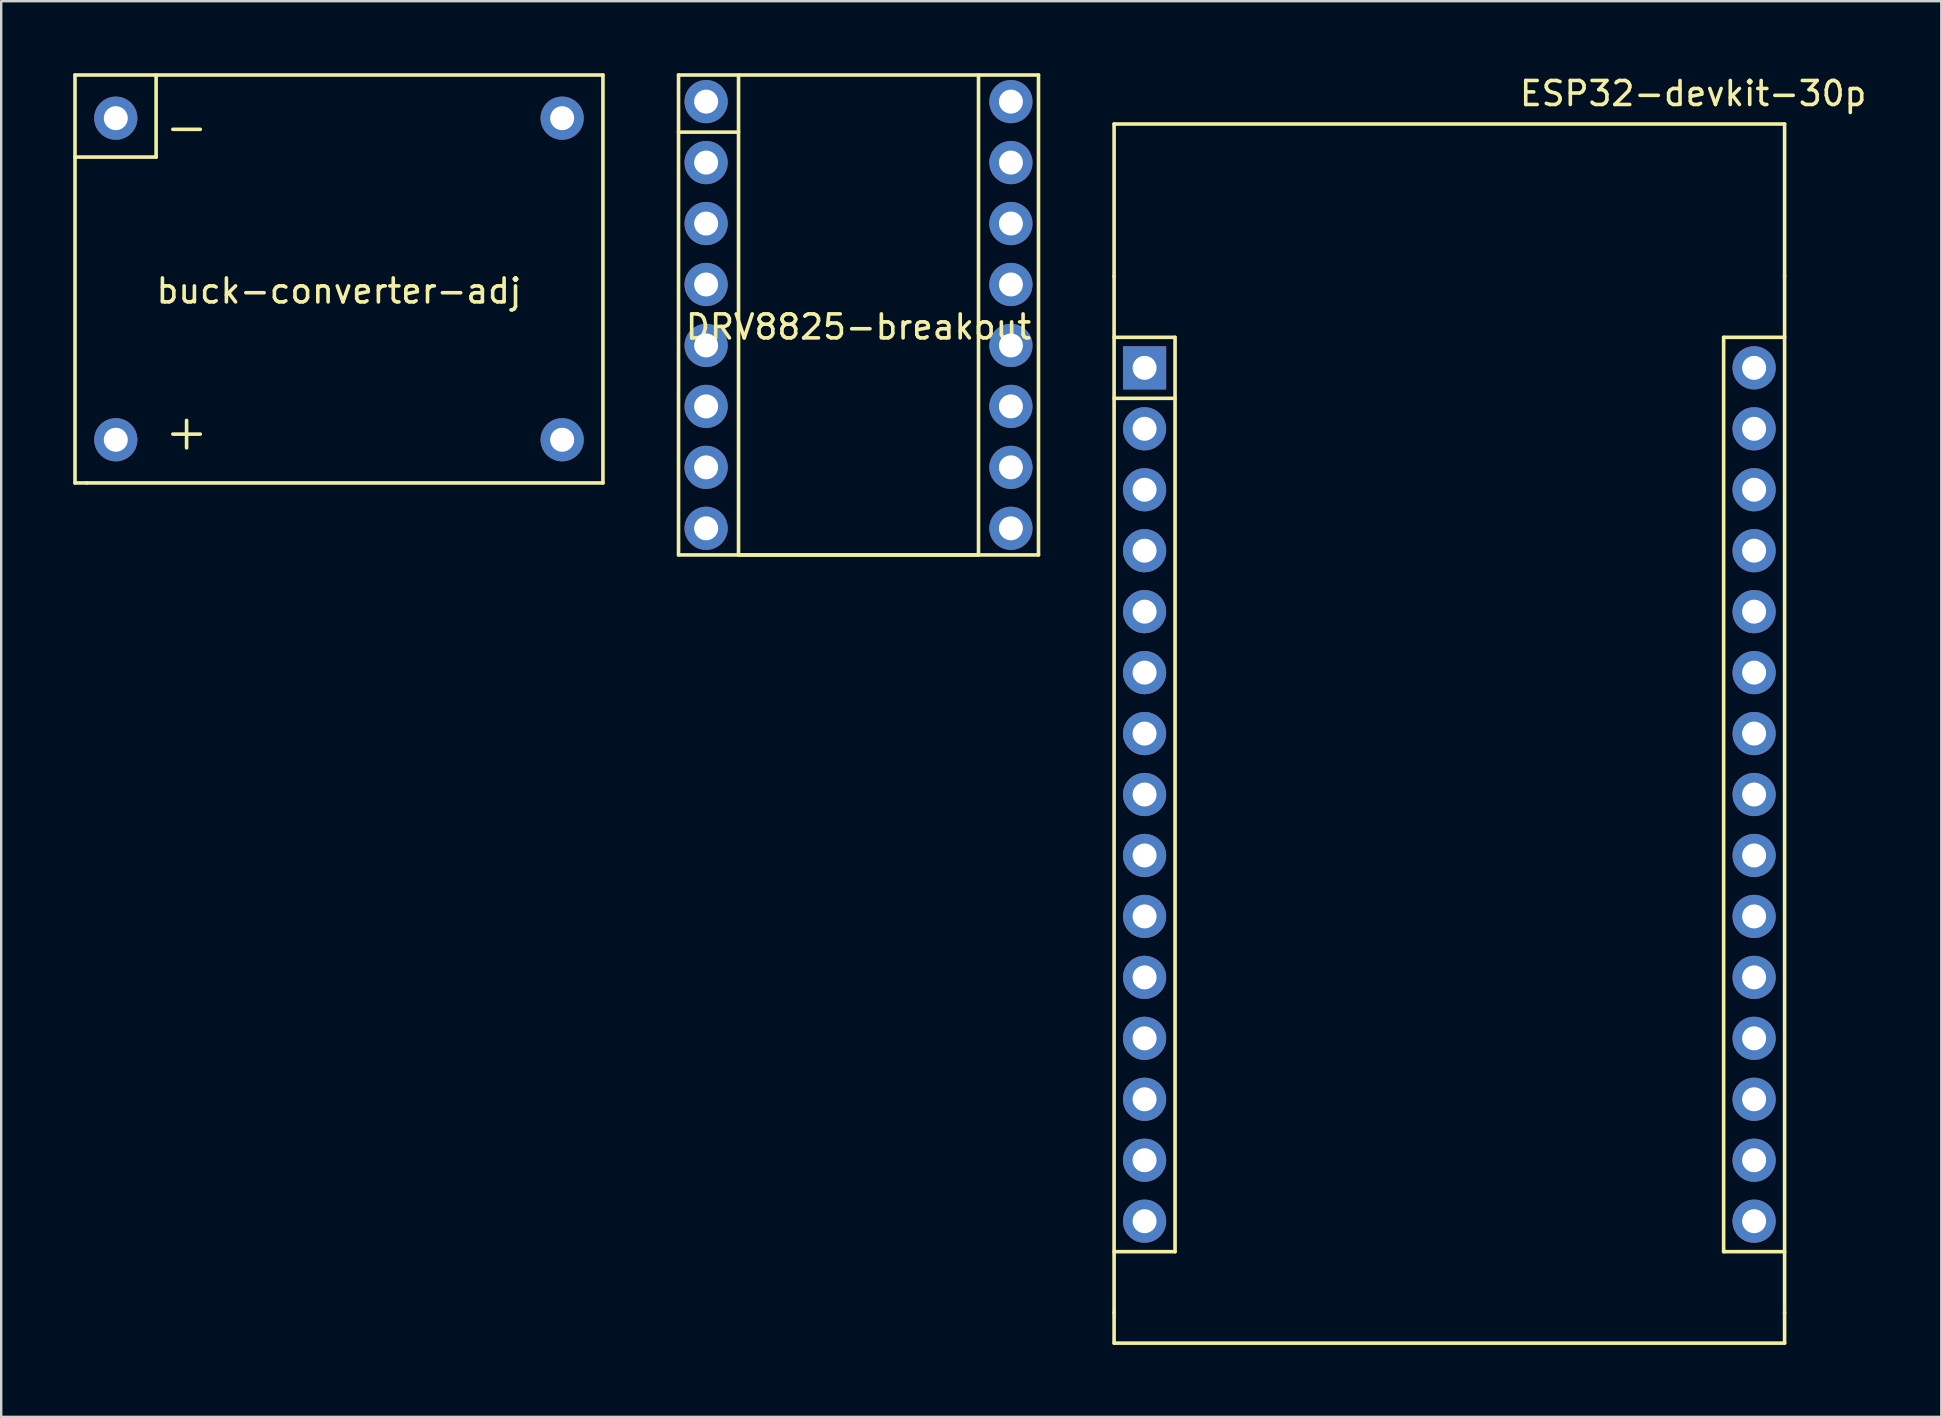
<source format=kicad_pcb>
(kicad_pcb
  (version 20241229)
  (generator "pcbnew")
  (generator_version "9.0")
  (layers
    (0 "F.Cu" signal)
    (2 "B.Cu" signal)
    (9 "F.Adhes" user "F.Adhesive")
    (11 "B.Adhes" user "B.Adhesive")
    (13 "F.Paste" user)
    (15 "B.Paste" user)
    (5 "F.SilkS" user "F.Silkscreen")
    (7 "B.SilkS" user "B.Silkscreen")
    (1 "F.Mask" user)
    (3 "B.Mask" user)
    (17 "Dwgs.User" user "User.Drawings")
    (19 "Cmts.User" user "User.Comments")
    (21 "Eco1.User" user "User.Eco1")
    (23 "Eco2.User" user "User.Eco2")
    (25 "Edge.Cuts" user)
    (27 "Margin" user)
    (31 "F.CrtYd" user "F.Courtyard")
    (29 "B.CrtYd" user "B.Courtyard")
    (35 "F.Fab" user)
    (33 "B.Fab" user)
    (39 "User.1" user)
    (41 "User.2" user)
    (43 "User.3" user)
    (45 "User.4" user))
  (footprint "DRV8825-breakout"
    (layer "F.Cu")
    (at 32.725 10.075)
    (property "Reference" "DRV8825-breakout" (at 0 0.5 0) (layer "F.SilkS") (effects (font (size 1 1) (thickness 0.15))))
    (attr through_hole)
    (fp_line (start -7.5 -10) (end 7.5 -10) (stroke (width 0.15) (type solid)) (layer "F.SilkS"))
    (fp_line (start -7.5 10) (end -7.5 -10) (stroke (width 0.15) (type solid)) (layer "F.SilkS"))
    (fp_line (start -5 -10) (end -5 10) (stroke (width 0.15) (type solid)) (layer "F.SilkS"))
    (fp_line (start -5 -7.62) (end -7.5 -7.62) (stroke (width 0.15) (type solid)) (layer "F.SilkS"))
    (fp_line (start -5 10) (end 5 10) (stroke (width 0.15) (type solid)) (layer "F.SilkS"))
    (fp_line (start 5 10) (end 5 -10) (stroke (width 0.15) (type solid)) (layer "F.SilkS"))
    (fp_line (start 7.5 -10) (end 7.5 10) (stroke (width 0.15) (type solid)) (layer "F.SilkS"))
    (fp_line (start 7.5 10) (end -7.5 10) (stroke (width 0.15) (type solid)) (layer "F.SilkS"))
    (pad "1" thru_hole circle (at -6.35 -8.89) (size 1.8 1.8) (drill 1) (layers "*.Cu" "*.Mask"))
    (pad "2" thru_hole circle (at -6.35 -6.35) (size 1.8 1.8) (drill 1) (layers "*.Cu" "*.Mask"))
    (pad "3" thru_hole circle (at -6.35 -3.81) (size 1.8 1.8) (drill 1) (layers "*.Cu" "*.Mask"))
    (pad "4" thru_hole circle (at -6.35 -1.27) (size 1.8 1.8) (drill 1) (layers "*.Cu" "*.Mask"))
    (pad "5" thru_hole circle (at -6.35 1.27) (size 1.8 1.8) (drill 1) (layers "*.Cu" "*.Mask"))
    (pad "6" thru_hole circle (at -6.35 3.81) (size 1.8 1.8) (drill 1) (layers "*.Cu" "*.Mask"))
    (pad "7" thru_hole circle (at -6.35 6.35) (size 1.8 1.8) (drill 1) (layers "*.Cu" "*.Mask"))
    (pad "8" thru_hole circle (at -6.35 8.89) (size 1.8 1.8) (drill 1) (layers "*.Cu" "*.Mask"))
    (pad "9" thru_hole circle (at 6.35 8.89) (size 1.8 1.8) (drill 1) (layers "*.Cu" "*.Mask"))
    (pad "10" thru_hole circle (at 6.35 6.35) (size 1.8 1.8) (drill 1) (layers "*.Cu" "*.Mask"))
    (pad "11" thru_hole circle (at 6.35 3.81) (size 1.8 1.8) (drill 1) (layers "*.Cu" "*.Mask"))
    (pad "12" thru_hole circle (at 6.35 1.27) (size 1.8 1.8) (drill 1) (layers "*.Cu" "*.Mask"))
    (pad "13" thru_hole circle (at 6.35 -1.27) (size 1.8 1.8) (drill 1) (layers "*.Cu" "*.Mask"))
    (pad "14" thru_hole circle (at 6.35 -3.81) (size 1.8 1.8) (drill 1) (layers "*.Cu" "*.Mask"))
    (pad "15" thru_hole circle (at 6.35 -6.35) (size 1.8 1.8) (drill 1) (layers "*.Cu" "*.Mask"))
    (pad "16" thru_hole circle (at 6.35 -8.89) (size 1.8 1.8) (drill 1) (layers "*.Cu" "*.Mask")))
  (footprint "buck-converter-adj"
    (layer "F.Cu")
    (at 11.075 8.575)
    (property "Reference" "buck-converter-adj" (at 0 0.5 0) (layer "F.SilkS") (effects (font (size 1 1) (thickness 0.15))))
    (attr through_hole)
    (fp_line (start -11 -8.5) (end 11 -8.5) (stroke (width 0.15) (type solid)) (layer "F.SilkS"))
    (fp_line (start -11 8.5) (end -11 -8.5) (stroke (width 0.15) (type solid)) (layer "F.SilkS"))
    (fp_line (start -10.5 8.5) (end -11 8.5) (stroke (width 0.15) (type solid)) (layer "F.SilkS"))
    (fp_line (start -7.62 -5.08) (end -11 -5.08) (stroke (width 0.15) (type solid)) (layer "F.SilkS"))
    (fp_line (start -7.62 -5.08) (end -7.62 -8.5) (stroke (width 0.15) (type solid)) (layer "F.SilkS"))
    (fp_line (start 11 -8.5) (end 11 8.5) (stroke (width 0.15) (type solid)) (layer "F.SilkS"))
    (fp_line (start 11 8.5) (end -10.5 8.5) (stroke (width 0.15) (type solid)) (layer "F.SilkS"))
    (fp_text user "-" (at -6.35 -6.35 0) (layer "F.SilkS") (effects (font (size 1.5 1.5) (thickness 0.15))))
    (fp_text user "+" (at -6.35 6.35 0) (layer "F.SilkS") (effects (font (size 1.5 1.5) (thickness 0.15))))
    (pad "1" thru_hole circle (at -9.3 -6.7) (size 1.8 1.8) (drill 1) (layers "*.Cu" "*.Mask"))
    (pad "2" thru_hole circle (at -9.3 6.7) (size 1.8 1.8) (drill 1) (layers "*.Cu" "*.Mask"))
    (pad "3" thru_hole circle (at 9.3 6.7) (size 1.8 1.8) (drill 1) (layers "*.Cu" "*.Mask"))
    (pad "4" thru_hole circle (at 9.3 -6.7) (size 1.8 1.8) (drill 1) (layers "*.Cu" "*.Mask")))
  (footprint "ESP32-devkit-30p"
    (layer "F.Cu")
    (at 57.345 30.058)
    (property "Reference" "ESP32-devkit-30p" (at 10.16 -29.21 0) (layer "F.SilkS") (effects (font (size 1 1) (thickness 0.15))))
    (attr through_hole)
    (fp_line (start -13.97 -27.94) (end -13.97 -21.59) (stroke (width 0.15) (type solid)) (layer "F.SilkS"))
    (fp_line (start -13.97 -27.94) (end 13.97 -27.94) (stroke (width 0.15) (type solid)) (layer "F.SilkS"))
    (fp_line (start -13.97 -19.05) (end -11.43 -19.05) (stroke (width 0.15) (type solid)) (layer "F.SilkS"))
    (fp_line (start -13.97 21.59) (end -13.97 -21.59) (stroke (width 0.15) (type solid)) (layer "F.SilkS"))
    (fp_line (start -13.97 22.86) (end -13.97 21.59) (stroke (width 0.15) (type solid)) (layer "F.SilkS"))
    (fp_line (start -11.43 -19.05) (end -11.43 19.05) (stroke (width 0.15) (type solid)) (layer "F.SilkS"))
    (fp_line (start -11.43 -16.51) (end -13.97 -16.51) (stroke (width 0.15) (type solid)) (layer "F.SilkS"))
    (fp_line (start -11.43 19.05) (end -13.97 19.05) (stroke (width 0.15) (type solid)) (layer "F.SilkS"))
    (fp_line (start 11.43 -19.05) (end 13.97 -19.05) (stroke (width 0.15) (type solid)) (layer "F.SilkS"))
    (fp_line (start 11.43 19.05) (end 11.43 -19.05) (stroke (width 0.15) (type solid)) (layer "F.SilkS"))
    (fp_line (start 13.97 -27.94) (end 13.97 -21.59) (stroke (width 0.15) (type solid)) (layer "F.SilkS"))
    (fp_line (start 13.97 -21.59) (end 13.97 21.59) (stroke (width 0.15) (type solid)) (layer "F.SilkS"))
    (fp_line (start 13.97 19.05) (end 11.43 19.05) (stroke (width 0.15) (type solid)) (layer "F.SilkS"))
    (fp_line (start 13.97 21.59) (end 13.97 22.86) (stroke (width 0.15) (type solid)) (layer "F.SilkS"))
    (fp_line (start 13.97 22.86) (end -13.97 22.86) (stroke (width 0.15) (type solid)) (layer "F.SilkS"))
    (pad "1" thru_hole rect (at -12.7 -17.78) (size 1.8 1.8) (drill 1) (layers "*.Cu" "*.Mask"))
    (pad "2" thru_hole circle (at -12.7 -15.24) (size 1.8 1.8) (drill 1) (layers "*.Cu" "*.Mask"))
    (pad "3" thru_hole circle (at -12.7 -12.7) (size 1.8 1.8) (drill 1) (layers "*.Cu" "*.Mask"))
    (pad "4" thru_hole circle (at -12.7 -10.16) (size 1.8 1.8) (drill 1) (layers "*.Cu" "*.Mask"))
    (pad "5" thru_hole circle (at -12.7 -7.62) (size 1.8 1.8) (drill 1) (layers "*.Cu" "*.Mask"))
    (pad "6" thru_hole circle (at -12.7 -5.08) (size 1.8 1.8) (drill 1) (layers "*.Cu" "*.Mask"))
    (pad "7" thru_hole circle (at -12.7 -2.54) (size 1.8 1.8) (drill 1) (layers "*.Cu" "*.Mask"))
    (pad "8" thru_hole circle (at -12.7 0) (size 1.8 1.8) (drill 1) (layers "*.Cu" "*.Mask"))
    (pad "9" thru_hole circle (at -12.7 2.54) (size 1.8 1.8) (drill 1) (layers "*.Cu" "*.Mask"))
    (pad "10" thru_hole circle (at -12.7 5.08) (size 1.8 1.8) (drill 1) (layers "*.Cu" "*.Mask"))
    (pad "11" thru_hole circle (at -12.7 7.62) (size 1.8 1.8) (drill 1) (layers "*.Cu" "*.Mask"))
    (pad "12" thru_hole circle (at -12.7 10.16) (size 1.8 1.8) (drill 1) (layers "*.Cu" "*.Mask"))
    (pad "13" thru_hole circle (at -12.7 12.7) (size 1.8 1.8) (drill 1) (layers "*.Cu" "*.Mask"))
    (pad "14" thru_hole circle (at -12.7 15.24) (size 1.8 1.8) (drill 1) (layers "*.Cu" "*.Mask"))
    (pad "15" thru_hole circle (at -12.7 17.78) (size 1.8 1.8) (drill 1) (layers "*.Cu" "*.Mask"))
    (pad "16" thru_hole circle (at 12.7 17.78) (size 1.8 1.8) (drill 1) (layers "*.Cu" "*.Mask"))
    (pad "17" thru_hole circle (at 12.7 15.24) (size 1.8 1.8) (drill 1) (layers "*.Cu" "*.Mask"))
    (pad "18" thru_hole circle (at 12.7 12.7) (size 1.8 1.8) (drill 1) (layers "*.Cu" "*.Mask"))
    (pad "19" thru_hole circle (at 12.7 10.16) (size 1.8 1.8) (drill 1) (layers "*.Cu" "*.Mask"))
    (pad "20" thru_hole circle (at 12.7 7.62) (size 1.8 1.8) (drill 1) (layers "*.Cu" "*.Mask"))
    (pad "21" thru_hole circle (at 12.7 5.08) (size 1.8 1.8) (drill 1) (layers "*.Cu" "*.Mask"))
    (pad "22" thru_hole circle (at 12.7 2.54) (size 1.8 1.8) (drill 1) (layers "*.Cu" "*.Mask"))
    (pad "23" thru_hole circle (at 12.7 0) (size 1.8 1.8) (drill 1) (layers "*.Cu" "*.Mask"))
    (pad "24" thru_hole circle (at 12.7 -2.54) (size 1.8 1.8) (drill 1) (layers "*.Cu" "*.Mask"))
    (pad "25" thru_hole circle (at 12.7 -5.08) (size 1.8 1.8) (drill 1) (layers "*.Cu" "*.Mask"))
    (pad "26" thru_hole circle (at 12.7 -7.62) (size 1.8 1.8) (drill 1) (layers "*.Cu" "*.Mask"))
    (pad "27" thru_hole circle (at 12.7 -10.16) (size 1.8 1.8) (drill 1) (layers "*.Cu" "*.Mask"))
    (pad "28" thru_hole circle (at 12.7 -12.7) (size 1.8 1.8) (drill 1) (layers "*.Cu" "*.Mask"))
    (pad "29" thru_hole circle (at 12.7 -15.24) (size 1.8 1.8) (drill 1) (layers "*.Cu" "*.Mask"))
    (pad "30" thru_hole circle (at 12.7 -17.78) (size 1.8 1.8) (drill 1) (layers "*.Cu" "*.Mask")))
  (gr_rect
    (start -3 -3)
    (end 77.844 55.993)
    (stroke (width 0.1) (type default))
    (fill no)
    (layer "Edge.Cuts")))
</source>
